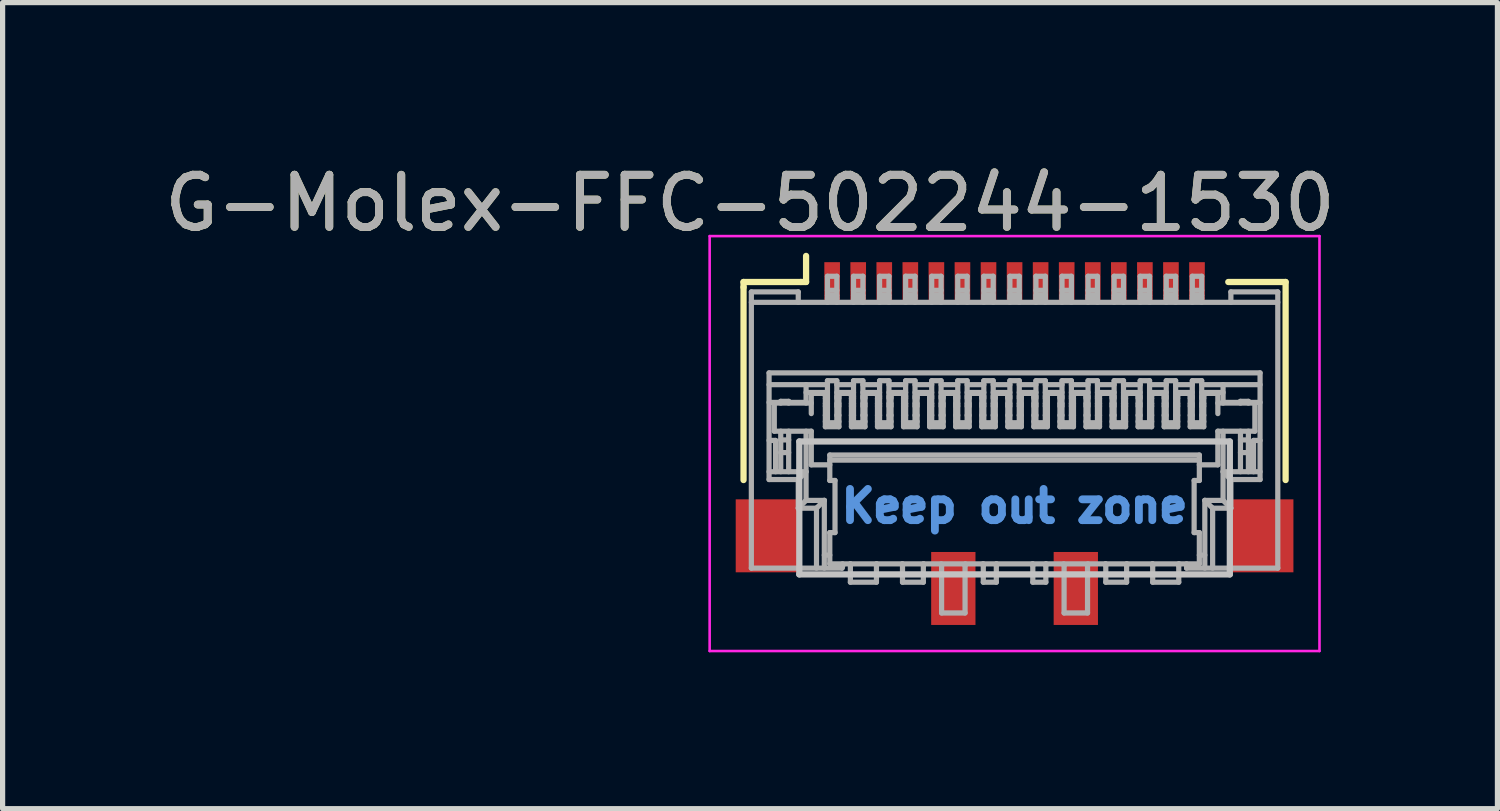
<source format=kicad_pcb>
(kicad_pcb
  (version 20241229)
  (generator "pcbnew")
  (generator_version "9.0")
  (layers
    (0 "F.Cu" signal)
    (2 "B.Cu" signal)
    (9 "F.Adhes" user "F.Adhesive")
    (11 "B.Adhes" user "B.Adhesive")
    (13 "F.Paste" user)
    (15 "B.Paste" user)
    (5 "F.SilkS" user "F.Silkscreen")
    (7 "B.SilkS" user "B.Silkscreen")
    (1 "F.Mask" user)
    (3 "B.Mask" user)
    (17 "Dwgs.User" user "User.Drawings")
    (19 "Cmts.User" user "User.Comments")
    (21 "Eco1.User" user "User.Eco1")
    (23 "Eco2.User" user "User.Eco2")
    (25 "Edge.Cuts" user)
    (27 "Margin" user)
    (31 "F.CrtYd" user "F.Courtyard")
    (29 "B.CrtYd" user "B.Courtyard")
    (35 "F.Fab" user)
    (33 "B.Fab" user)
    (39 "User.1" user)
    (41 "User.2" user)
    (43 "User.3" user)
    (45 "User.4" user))
  (footprint "G-Molex-FFC-502244-1530"
    (layer "F.Cu")
    (at 16.415 5.46)
    (property "Reference" "G-Molex-FFC-502244-1530" (at -5.076 -4.612 0) (layer "F.SilkS") (effects (font (size 1 1) (thickness 0.15))))
    (attr smd)
    (fp_line (start -5.2 -3.1) (end -4.1 -3.1) (stroke (width 0.12) (type solid)) (layer "F.SilkS"))
    (fp_line (start -5.2 -3) (end -5.2 -3.1) (stroke (width 0.12) (type solid)) (layer "F.SilkS"))
    (fp_line (start -5.2 0.7) (end -5.2 -3) (stroke (width 0.12) (type solid)) (layer "F.SilkS"))
    (fp_line (start -4.1 -3.1) (end -4 -3.1) (stroke (width 0.12) (type solid)) (layer "F.SilkS"))
    (fp_line (start -4 -3.1) (end -4 -3.6) (stroke (width 0.12) (type solid)) (layer "F.SilkS"))
    (fp_line (start 4.1 -3.1) (end 5.2 -3.1) (stroke (width 0.12) (type solid)) (layer "F.SilkS"))
    (fp_line (start 5.2 -3.1) (end 5.2 0.7) (stroke (width 0.12) (type solid)) (layer "F.SilkS"))
    (fp_line (start -4.13 -0.04) (end 4.13 -0.04) (stroke (width 0.12) (type solid)) (layer "Dwgs.User"))
    (fp_line (start -4.13 2.51) (end -4.13 -0.04) (stroke (width 0.12) (type solid)) (layer "Dwgs.User"))
    (fp_line (start 4.13 -0.04) (end 4.13 2.51) (stroke (width 0.12) (type solid)) (layer "Dwgs.User"))
    (fp_line (start 4.13 2.51) (end -4.13 2.51) (stroke (width 0.12) (type solid)) (layer "Dwgs.User"))
    (fp_line (start -5.85 -3.98) (end 5.85 -3.98) (stroke (width 0.05) (type solid)) (layer "F.CrtYd"))
    (fp_line (start -5.85 3.98) (end -5.85 -3.98) (stroke (width 0.05) (type solid)) (layer "F.CrtYd"))
    (fp_line (start 5.85 -3.98) (end 5.85 3.98) (stroke (width 0.05) (type solid)) (layer "F.CrtYd"))
    (fp_line (start 5.85 3.98) (end -5.85 3.98) (stroke (width 0.05) (type solid)) (layer "F.CrtYd"))
    (fp_line (start -5.05 -2.91) (end -5.05 2.39) (stroke (width 0.1) (type solid)) (layer "F.Fab"))
    (fp_line (start -5.05 2.39) (end -3.31 2.39) (stroke (width 0.1) (type solid)) (layer "F.Fab"))
    (fp_line (start -4.71 -1.356) (end 4.71 -1.356) (stroke (width 0.1) (type solid)) (layer "F.Fab"))
    (fp_line (start -4.71 0.54) (end -4 0.54) (stroke (width 0.1) (type solid)) (layer "F.Fab"))
    (fp_line (start -4.71 0.69) (end -4.71 -1.356) (stroke (width 0.1) (type solid)) (layer "F.Fab"))
    (fp_line (start -4.61 -0.777) (end -4.61 -0.237) (stroke (width 0.1) (type solid)) (layer "F.Fab"))
    (fp_line (start -4.61 -0.237) (end -3.9 -0.237) (stroke (width 0.1) (type solid)) (layer "F.Fab"))
    (fp_line (start -4.585 -0.06) (end -4.71 -0.06) (stroke (width 0.1) (type solid)) (layer "F.Fab"))
    (fp_line (start -4.585 0.54) (end -4.585 -0.06) (stroke (width 0.1) (type solid)) (layer "F.Fab"))
    (fp_line (start -4.486 -0.81) (end -4.486 -0.777) (stroke (width 0.1) (type solid)) (layer "F.Fab"))
    (fp_line (start -4.486 -0.79) (end -4.71 -0.79) (stroke (width 0.1) (type solid)) (layer "F.Fab"))
    (fp_line (start -4.486 -0.237) (end -4.486 0.54) (stroke (width 0.1) (type solid)) (layer "F.Fab"))
    (fp_line (start -4.334 -0.81) (end -4.486 -0.81) (stroke (width 0.1) (type solid)) (layer "F.Fab"))
    (fp_line (start -4.334 -0.777) (end -4.334 -0.81) (stroke (width 0.1) (type solid)) (layer "F.Fab"))
    (fp_line (start -4.334 -0.07) (end -4.486 -0.07) (stroke (width 0.1) (type solid)) (layer "F.Fab"))
    (fp_line (start -4.334 0.173) (end -4.486 0.173) (stroke (width 0.1) (type solid)) (layer "F.Fab"))
    (fp_line (start -4.334 0.54) (end -4.334 -0.237) (stroke (width 0.1) (type solid)) (layer "F.Fab"))
    (fp_line (start -4.15 -2.91) (end -5.05 -2.91) (stroke (width 0.1) (type solid)) (layer "F.Fab"))
    (fp_line (start -4.15 -2.71) (end -4.15 -2.91) (stroke (width 0.1) (type solid)) (layer "F.Fab"))
    (fp_line (start -4.15 0.69) (end -4.71 0.69) (stroke (width 0.1) (type solid)) (layer "F.Fab"))
    (fp_line (start -4.15 1.24) (end -4.15 0.69) (stroke (width 0.1) (type solid)) (layer "F.Fab"))
    (fp_line (start -4.15 1.24) (end -4 1.09) (stroke (width 0.1) (type solid)) (layer "F.Fab"))
    (fp_line (start -4 -1.13) (end -4 -0.777) (stroke (width 0.1) (type solid)) (layer "F.Fab"))
    (fp_line (start -4 -0.79) (end -4.334 -0.79) (stroke (width 0.1) (type solid)) (layer "F.Fab"))
    (fp_line (start -4 -0.237) (end -4 1.09) (stroke (width 0.1) (type solid)) (layer "F.Fab"))
    (fp_line (start -4 0.54) (end -4.15 0.69) (stroke (width 0.1) (type solid)) (layer "F.Fab"))
    (fp_line (start -3.9 -0.962) (end -3.9 -0.575) (stroke (width 0.1) (type solid)) (layer "F.Fab"))
    (fp_line (start -3.9 -0.777) (end -4.61 -0.777) (stroke (width 0.1) (type solid)) (layer "F.Fab"))
    (fp_line (start -3.9 -0.237) (end -3.9 0.408) (stroke (width 0.1) (type solid)) (layer "F.Fab"))
    (fp_line (start -3.9 0.408) (end -3.545 0.408) (stroke (width 0.1) (type solid)) (layer "F.Fab"))
    (fp_line (start -3.8 1.24) (end -4.15 1.24) (stroke (width 0.1) (type solid)) (layer "F.Fab"))
    (fp_line (start -3.8 1.24) (end -3.65 1.09) (stroke (width 0.1) (type solid)) (layer "F.Fab"))
    (fp_line (start -3.8 2.39) (end -3.8 1.24) (stroke (width 0.1) (type solid)) (layer "F.Fab"))
    (fp_line (start -3.65 1.09) (end -4 1.09) (stroke (width 0.1) (type solid)) (layer "F.Fab"))
    (fp_line (start -3.65 2.14) (end -3.545 2.14) (stroke (width 0.1) (type solid)) (layer "F.Fab"))
    (fp_line (start -3.65 2.39) (end -3.65 1.09) (stroke (width 0.1) (type solid)) (layer "F.Fab"))
    (fp_line (start -3.63 -0.962) (end -3.9 -0.962) (stroke (width 0.1) (type solid)) (layer "F.Fab"))
    (fp_line (start -3.63 -0.962) (end -3.63 -0.909) (stroke (width 0.1) (type solid)) (layer "F.Fab"))
    (fp_line (start -3.63 -0.872) (end -3.63 -0.323) (stroke (width 0.1) (type solid)) (layer "F.Fab"))
    (fp_line (start -3.63 -0.872) (end -3.59 -0.872) (stroke (width 0.1) (type solid)) (layer "F.Fab"))
    (fp_line (start -3.63 -0.766) (end -3.59 -0.766) (stroke (width 0.1) (type solid)) (layer "F.Fab"))
    (fp_line (start -3.63 -0.542) (end -3.59 -0.542) (stroke (width 0.1) (type solid)) (layer "F.Fab"))
    (fp_line (start -3.59 -3.21) (end -3.59 -2.71) (stroke (width 0.1) (type solid)) (layer "F.Fab"))
    (fp_line (start -3.59 -2.84) (end -3.41 -2.84) (stroke (width 0.1) (type solid)) (layer "F.Fab"))
    (fp_line (start -3.59 -1.206) (end -3.59 -0.4) (stroke (width 0.1) (type solid)) (layer "F.Fab"))
    (fp_line (start -3.59 -1.13) (end -4.71 -1.13) (stroke (width 0.1) (type solid)) (layer "F.Fab"))
    (fp_line (start -3.59 -0.98) (end -4 -0.98) (stroke (width 0.1) (type solid)) (layer "F.Fab"))
    (fp_line (start -3.59 -0.909) (end -3.63 -0.909) (stroke (width 0.1) (type solid)) (layer "F.Fab"))
    (fp_line (start -3.59 -0.719) (end -3.63 -0.719) (stroke (width 0.1) (type solid)) (layer "F.Fab"))
    (fp_line (start -3.59 -0.422) (end -3.63 -0.422) (stroke (width 0.1) (type solid)) (layer "F.Fab"))
    (fp_line (start -3.59 -0.4) (end -3.41 -0.4) (stroke (width 0.1) (type solid)) (layer "F.Fab"))
    (fp_line (start -3.545 0.22) (end -3.545 0.708) (stroke (width 0.1) (type solid)) (layer "F.Fab"))
    (fp_line (start -3.545 0.22) (end 3.545 0.22) (stroke (width 0.1) (type solid)) (layer "F.Fab"))
    (fp_line (start -3.545 0.318) (end 3.545 0.318) (stroke (width 0.1) (type solid)) (layer "F.Fab"))
    (fp_line (start -3.545 0.708) (end -3.445 0.708) (stroke (width 0.1) (type solid)) (layer "F.Fab"))
    (fp_line (start -3.545 1.708) (end -3.545 2.308) (stroke (width 0.1) (type solid)) (layer "F.Fab"))
    (fp_line (start -3.545 2.308) (end 3.545 2.308) (stroke (width 0.1) (type solid)) (layer "F.Fab"))
    (fp_line (start -3.445 0.708) (end -3.445 1.708) (stroke (width 0.1) (type solid)) (layer "F.Fab"))
    (fp_line (start -3.445 1.708) (end -3.545 1.708) (stroke (width 0.1) (type solid)) (layer "F.Fab"))
    (fp_line (start -3.41 -3.21) (end -3.59 -3.21) (stroke (width 0.1) (type solid)) (layer "F.Fab"))
    (fp_line (start -3.41 -3.21) (end -3.41 -2.71) (stroke (width 0.1) (type solid)) (layer "F.Fab"))
    (fp_line (start -3.41 -2.94) (end -3.59 -2.94) (stroke (width 0.1) (type solid)) (layer "F.Fab"))
    (fp_line (start -3.41 -2.79) (end -3.59 -2.79) (stroke (width 0.1) (type solid)) (layer "F.Fab"))
    (fp_line (start -3.41 -1.206) (end -3.59 -1.206) (stroke (width 0.1) (type solid)) (layer "F.Fab"))
    (fp_line (start -3.41 -1.13) (end -3.09 -1.13) (stroke (width 0.1) (type solid)) (layer "F.Fab"))
    (fp_line (start -3.41 -0.872) (end -3.37 -0.872) (stroke (width 0.1) (type solid)) (layer "F.Fab"))
    (fp_line (start -3.41 -0.766) (end -3.37 -0.766) (stroke (width 0.1) (type solid)) (layer "F.Fab"))
    (fp_line (start -3.41 -0.542) (end -3.37 -0.542) (stroke (width 0.1) (type solid)) (layer "F.Fab"))
    (fp_line (start -3.41 -0.4) (end -3.41 -1.206) (stroke (width 0.1) (type solid)) (layer "F.Fab"))
    (fp_line (start -3.37 -0.962) (end -3.37 -0.909) (stroke (width 0.1) (type solid)) (layer "F.Fab"))
    (fp_line (start -3.37 -0.909) (end -3.41 -0.909) (stroke (width 0.1) (type solid)) (layer "F.Fab"))
    (fp_line (start -3.37 -0.872) (end -3.37 -0.323) (stroke (width 0.1) (type solid)) (layer "F.Fab"))
    (fp_line (start -3.37 -0.719) (end -3.41 -0.719) (stroke (width 0.1) (type solid)) (layer "F.Fab"))
    (fp_line (start -3.37 -0.422) (end -3.41 -0.422) (stroke (width 0.1) (type solid)) (layer "F.Fab"))
    (fp_line (start -3.37 -0.323) (end -3.63 -0.323) (stroke (width 0.1) (type solid)) (layer "F.Fab"))
    (fp_line (start -3.3 2.359) (end -3.31 2.39) (stroke (width 0.1) (type solid)) (layer "F.Fab"))
    (fp_line (start -3.3 2.359) (end -3.3 2.308) (stroke (width 0.1) (type solid)) (layer "F.Fab"))
    (fp_line (start -3.15 2.66) (end -3.15 2.308) (stroke (width 0.1) (type solid)) (layer "F.Fab"))
    (fp_line (start -3.15 2.66) (end -2.65 2.66) (stroke (width 0.1) (type solid)) (layer "F.Fab"))
    (fp_line (start -3.13 -0.962) (end -3.37 -0.962) (stroke (width 0.1) (type solid)) (layer "F.Fab"))
    (fp_line (start -3.13 -0.962) (end -3.13 -0.909) (stroke (width 0.1) (type solid)) (layer "F.Fab"))
    (fp_line (start -3.13 -0.872) (end -3.09 -0.872) (stroke (width 0.1) (type solid)) (layer "F.Fab"))
    (fp_line (start -3.13 -0.766) (end -3.09 -0.766) (stroke (width 0.1) (type solid)) (layer "F.Fab"))
    (fp_line (start -3.13 -0.542) (end -3.09 -0.542) (stroke (width 0.1) (type solid)) (layer "F.Fab"))
    (fp_line (start -3.13 -0.323) (end -3.13 -0.872) (stroke (width 0.1) (type solid)) (layer "F.Fab"))
    (fp_line (start -3.09 -3.21) (end -3.09 -2.71) (stroke (width 0.1) (type solid)) (layer "F.Fab"))
    (fp_line (start -3.09 -2.84) (end -2.91 -2.84) (stroke (width 0.1) (type solid)) (layer "F.Fab"))
    (fp_line (start -3.09 -1.206) (end -3.09 -0.4) (stroke (width 0.1) (type solid)) (layer "F.Fab"))
    (fp_line (start -3.09 -0.98) (end -3.41 -0.98) (stroke (width 0.1) (type solid)) (layer "F.Fab"))
    (fp_line (start -3.09 -0.909) (end -3.13 -0.909) (stroke (width 0.1) (type solid)) (layer "F.Fab"))
    (fp_line (start -3.09 -0.719) (end -3.13 -0.719) (stroke (width 0.1) (type solid)) (layer "F.Fab"))
    (fp_line (start -3.09 -0.422) (end -3.13 -0.422) (stroke (width 0.1) (type solid)) (layer "F.Fab"))
    (fp_line (start -3.09 -0.4) (end -2.91 -0.4) (stroke (width 0.1) (type solid)) (layer "F.Fab"))
    (fp_line (start -2.91 -3.21) (end -3.09 -3.21) (stroke (width 0.1) (type solid)) (layer "F.Fab"))
    (fp_line (start -2.91 -3.21) (end -2.91 -2.71) (stroke (width 0.1) (type solid)) (layer "F.Fab"))
    (fp_line (start -2.91 -2.94) (end -3.09 -2.94) (stroke (width 0.1) (type solid)) (layer "F.Fab"))
    (fp_line (start -2.91 -2.79) (end -3.09 -2.79) (stroke (width 0.1) (type solid)) (layer "F.Fab"))
    (fp_line (start -2.91 -1.206) (end -3.09 -1.206) (stroke (width 0.1) (type solid)) (layer "F.Fab"))
    (fp_line (start -2.91 -1.13) (end -2.59 -1.13) (stroke (width 0.1) (type solid)) (layer "F.Fab"))
    (fp_line (start -2.91 -0.872) (end -2.87 -0.872) (stroke (width 0.1) (type solid)) (layer "F.Fab"))
    (fp_line (start -2.91 -0.766) (end -2.87 -0.766) (stroke (width 0.1) (type solid)) (layer "F.Fab"))
    (fp_line (start -2.91 -0.542) (end -2.87 -0.542) (stroke (width 0.1) (type solid)) (layer "F.Fab"))
    (fp_line (start -2.91 -0.4) (end -2.91 -1.206) (stroke (width 0.1) (type solid)) (layer "F.Fab"))
    (fp_line (start -2.87 -0.962) (end -2.87 -0.909) (stroke (width 0.1) (type solid)) (layer "F.Fab"))
    (fp_line (start -2.87 -0.909) (end -2.91 -0.909) (stroke (width 0.1) (type solid)) (layer "F.Fab"))
    (fp_line (start -2.87 -0.872) (end -2.87 -0.323) (stroke (width 0.1) (type solid)) (layer "F.Fab"))
    (fp_line (start -2.87 -0.719) (end -2.91 -0.719) (stroke (width 0.1) (type solid)) (layer "F.Fab"))
    (fp_line (start -2.87 -0.422) (end -2.91 -0.422) (stroke (width 0.1) (type solid)) (layer "F.Fab"))
    (fp_line (start -2.87 -0.323) (end -3.13 -0.323) (stroke (width 0.1) (type solid)) (layer "F.Fab"))
    (fp_line (start -2.65 2.66) (end -2.65 2.308) (stroke (width 0.1) (type solid)) (layer "F.Fab"))
    (fp_line (start -2.63 -0.962) (end -2.87 -0.962) (stroke (width 0.1) (type solid)) (layer "F.Fab"))
    (fp_line (start -2.63 -0.962) (end -2.63 -0.909) (stroke (width 0.1) (type solid)) (layer "F.Fab"))
    (fp_line (start -2.63 -0.872) (end -2.59 -0.872) (stroke (width 0.1) (type solid)) (layer "F.Fab"))
    (fp_line (start -2.63 -0.766) (end -2.59 -0.766) (stroke (width 0.1) (type solid)) (layer "F.Fab"))
    (fp_line (start -2.63 -0.542) (end -2.59 -0.542) (stroke (width 0.1) (type solid)) (layer "F.Fab"))
    (fp_line (start -2.63 -0.323) (end -2.63 -0.872) (stroke (width 0.1) (type solid)) (layer "F.Fab"))
    (fp_line (start -2.59 -3.21) (end -2.59 -2.71) (stroke (width 0.1) (type solid)) (layer "F.Fab"))
    (fp_line (start -2.59 -2.84) (end -2.41 -2.84) (stroke (width 0.1) (type solid)) (layer "F.Fab"))
    (fp_line (start -2.59 -1.206) (end -2.59 -0.4) (stroke (width 0.1) (type solid)) (layer "F.Fab"))
    (fp_line (start -2.59 -0.98) (end -2.91 -0.98) (stroke (width 0.1) (type solid)) (layer "F.Fab"))
    (fp_line (start -2.59 -0.909) (end -2.63 -0.909) (stroke (width 0.1) (type solid)) (layer "F.Fab"))
    (fp_line (start -2.59 -0.719) (end -2.63 -0.719) (stroke (width 0.1) (type solid)) (layer "F.Fab"))
    (fp_line (start -2.59 -0.422) (end -2.63 -0.422) (stroke (width 0.1) (type solid)) (layer "F.Fab"))
    (fp_line (start -2.59 -0.4) (end -2.41 -0.4) (stroke (width 0.1) (type solid)) (layer "F.Fab"))
    (fp_line (start -2.41 -3.21) (end -2.59 -3.21) (stroke (width 0.1) (type solid)) (layer "F.Fab"))
    (fp_line (start -2.41 -3.21) (end -2.41 -2.71) (stroke (width 0.1) (type solid)) (layer "F.Fab"))
    (fp_line (start -2.41 -2.94) (end -2.59 -2.94) (stroke (width 0.1) (type solid)) (layer "F.Fab"))
    (fp_line (start -2.41 -2.79) (end -2.59 -2.79) (stroke (width 0.1) (type solid)) (layer "F.Fab"))
    (fp_line (start -2.41 -1.206) (end -2.59 -1.206) (stroke (width 0.1) (type solid)) (layer "F.Fab"))
    (fp_line (start -2.41 -1.13) (end -2.09 -1.13) (stroke (width 0.1) (type solid)) (layer "F.Fab"))
    (fp_line (start -2.41 -0.872) (end -2.37 -0.872) (stroke (width 0.1) (type solid)) (layer "F.Fab"))
    (fp_line (start -2.41 -0.766) (end -2.37 -0.766) (stroke (width 0.1) (type solid)) (layer "F.Fab"))
    (fp_line (start -2.41 -0.542) (end -2.37 -0.542) (stroke (width 0.1) (type solid)) (layer "F.Fab"))
    (fp_line (start -2.41 -0.4) (end -2.41 -1.206) (stroke (width 0.1) (type solid)) (layer "F.Fab"))
    (fp_line (start -2.37 -0.962) (end -2.37 -0.909) (stroke (width 0.1) (type solid)) (layer "F.Fab"))
    (fp_line (start -2.37 -0.909) (end -2.41 -0.909) (stroke (width 0.1) (type solid)) (layer "F.Fab"))
    (fp_line (start -2.37 -0.872) (end -2.37 -0.323) (stroke (width 0.1) (type solid)) (layer "F.Fab"))
    (fp_line (start -2.37 -0.719) (end -2.41 -0.719) (stroke (width 0.1) (type solid)) (layer "F.Fab"))
    (fp_line (start -2.37 -0.422) (end -2.41 -0.422) (stroke (width 0.1) (type solid)) (layer "F.Fab"))
    (fp_line (start -2.37 -0.323) (end -2.63 -0.323) (stroke (width 0.1) (type solid)) (layer "F.Fab"))
    (fp_line (start -2.15 2.66) (end -2.15 2.308) (stroke (width 0.1) (type solid)) (layer "F.Fab"))
    (fp_line (start -2.15 2.66) (end -1.75 2.66) (stroke (width 0.1) (type solid)) (layer "F.Fab"))
    (fp_line (start -2.13 -0.962) (end -2.37 -0.962) (stroke (width 0.1) (type solid)) (layer "F.Fab"))
    (fp_line (start -2.13 -0.962) (end -2.13 -0.909) (stroke (width 0.1) (type solid)) (layer "F.Fab"))
    (fp_line (start -2.13 -0.872) (end -2.09 -0.872) (stroke (width 0.1) (type solid)) (layer "F.Fab"))
    (fp_line (start -2.13 -0.766) (end -2.09 -0.766) (stroke (width 0.1) (type solid)) (layer "F.Fab"))
    (fp_line (start -2.13 -0.542) (end -2.09 -0.542) (stroke (width 0.1) (type solid)) (layer "F.Fab"))
    (fp_line (start -2.13 -0.323) (end -2.13 -0.872) (stroke (width 0.1) (type solid)) (layer "F.Fab"))
    (fp_line (start -2.09 -3.21) (end -2.09 -2.71) (stroke (width 0.1) (type solid)) (layer "F.Fab"))
    (fp_line (start -2.09 -2.84) (end -1.91 -2.84) (stroke (width 0.1) (type solid)) (layer "F.Fab"))
    (fp_line (start -2.09 -1.206) (end -2.09 -0.4) (stroke (width 0.1) (type solid)) (layer "F.Fab"))
    (fp_line (start -2.09 -0.98) (end -2.41 -0.98) (stroke (width 0.1) (type solid)) (layer "F.Fab"))
    (fp_line (start -2.09 -0.909) (end -2.13 -0.909) (stroke (width 0.1) (type solid)) (layer "F.Fab"))
    (fp_line (start -2.09 -0.719) (end -2.13 -0.719) (stroke (width 0.1) (type solid)) (layer "F.Fab"))
    (fp_line (start -2.09 -0.422) (end -2.13 -0.422) (stroke (width 0.1) (type solid)) (layer "F.Fab"))
    (fp_line (start -2.09 -0.4) (end -1.91 -0.4) (stroke (width 0.1) (type solid)) (layer "F.Fab"))
    (fp_line (start -1.91 -3.21) (end -2.09 -3.21) (stroke (width 0.1) (type solid)) (layer "F.Fab"))
    (fp_line (start -1.91 -3.21) (end -1.91 -2.71) (stroke (width 0.1) (type solid)) (layer "F.Fab"))
    (fp_line (start -1.91 -2.94) (end -2.09 -2.94) (stroke (width 0.1) (type solid)) (layer "F.Fab"))
    (fp_line (start -1.91 -2.79) (end -2.09 -2.79) (stroke (width 0.1) (type solid)) (layer "F.Fab"))
    (fp_line (start -1.91 -1.206) (end -2.09 -1.206) (stroke (width 0.1) (type solid)) (layer "F.Fab"))
    (fp_line (start -1.91 -1.13) (end -1.59 -1.13) (stroke (width 0.1) (type solid)) (layer "F.Fab"))
    (fp_line (start -1.91 -0.872) (end -1.87 -0.872) (stroke (width 0.1) (type solid)) (layer "F.Fab"))
    (fp_line (start -1.91 -0.766) (end -1.87 -0.766) (stroke (width 0.1) (type solid)) (layer "F.Fab"))
    (fp_line (start -1.91 -0.542) (end -1.87 -0.542) (stroke (width 0.1) (type solid)) (layer "F.Fab"))
    (fp_line (start -1.91 -0.4) (end -1.91 -1.206) (stroke (width 0.1) (type solid)) (layer "F.Fab"))
    (fp_line (start -1.87 -0.962) (end -1.87 -0.909) (stroke (width 0.1) (type solid)) (layer "F.Fab"))
    (fp_line (start -1.87 -0.909) (end -1.91 -0.909) (stroke (width 0.1) (type solid)) (layer "F.Fab"))
    (fp_line (start -1.87 -0.872) (end -1.87 -0.323) (stroke (width 0.1) (type solid)) (layer "F.Fab"))
    (fp_line (start -1.87 -0.719) (end -1.91 -0.719) (stroke (width 0.1) (type solid)) (layer "F.Fab"))
    (fp_line (start -1.87 -0.422) (end -1.91 -0.422) (stroke (width 0.1) (type solid)) (layer "F.Fab"))
    (fp_line (start -1.87 -0.323) (end -2.13 -0.323) (stroke (width 0.1) (type solid)) (layer "F.Fab"))
    (fp_line (start -1.75 2.66) (end -1.75 2.308) (stroke (width 0.1) (type solid)) (layer "F.Fab"))
    (fp_line (start -1.63 -0.962) (end -1.87 -0.962) (stroke (width 0.1) (type solid)) (layer "F.Fab"))
    (fp_line (start -1.63 -0.962) (end -1.63 -0.909) (stroke (width 0.1) (type solid)) (layer "F.Fab"))
    (fp_line (start -1.63 -0.872) (end -1.59 -0.872) (stroke (width 0.1) (type solid)) (layer "F.Fab"))
    (fp_line (start -1.63 -0.766) (end -1.59 -0.766) (stroke (width 0.1) (type solid)) (layer "F.Fab"))
    (fp_line (start -1.63 -0.542) (end -1.59 -0.542) (stroke (width 0.1) (type solid)) (layer "F.Fab"))
    (fp_line (start -1.63 -0.323) (end -1.63 -0.872) (stroke (width 0.1) (type solid)) (layer "F.Fab"))
    (fp_line (start -1.59 -3.21) (end -1.59 -2.71) (stroke (width 0.1) (type solid)) (layer "F.Fab"))
    (fp_line (start -1.59 -2.84) (end -1.41 -2.84) (stroke (width 0.1) (type solid)) (layer "F.Fab"))
    (fp_line (start -1.59 -1.206) (end -1.59 -0.4) (stroke (width 0.1) (type solid)) (layer "F.Fab"))
    (fp_line (start -1.59 -0.98) (end -1.91 -0.98) (stroke (width 0.1) (type solid)) (layer "F.Fab"))
    (fp_line (start -1.59 -0.909) (end -1.63 -0.909) (stroke (width 0.1) (type solid)) (layer "F.Fab"))
    (fp_line (start -1.59 -0.719) (end -1.63 -0.719) (stroke (width 0.1) (type solid)) (layer "F.Fab"))
    (fp_line (start -1.59 -0.422) (end -1.63 -0.422) (stroke (width 0.1) (type solid)) (layer "F.Fab"))
    (fp_line (start -1.59 -0.4) (end -1.41 -0.4) (stroke (width 0.1) (type solid)) (layer "F.Fab"))
    (fp_line (start -1.41 -3.21) (end -1.59 -3.21) (stroke (width 0.1) (type solid)) (layer "F.Fab"))
    (fp_line (start -1.41 -3.21) (end -1.41 -2.71) (stroke (width 0.1) (type solid)) (layer "F.Fab"))
    (fp_line (start -1.41 -2.94) (end -1.59 -2.94) (stroke (width 0.1) (type solid)) (layer "F.Fab"))
    (fp_line (start -1.41 -2.79) (end -1.59 -2.79) (stroke (width 0.1) (type solid)) (layer "F.Fab"))
    (fp_line (start -1.41 -1.206) (end -1.59 -1.206) (stroke (width 0.1) (type solid)) (layer "F.Fab"))
    (fp_line (start -1.41 -1.13) (end -1.09 -1.13) (stroke (width 0.1) (type solid)) (layer "F.Fab"))
    (fp_line (start -1.41 -0.872) (end -1.37 -0.872) (stroke (width 0.1) (type solid)) (layer "F.Fab"))
    (fp_line (start -1.41 -0.766) (end -1.37 -0.766) (stroke (width 0.1) (type solid)) (layer "F.Fab"))
    (fp_line (start -1.41 -0.542) (end -1.37 -0.542) (stroke (width 0.1) (type solid)) (layer "F.Fab"))
    (fp_line (start -1.41 -0.4) (end -1.41 -1.206) (stroke (width 0.1) (type solid)) (layer "F.Fab"))
    (fp_line (start -1.4 3.25) (end -1.4 2.34) (stroke (width 0.1) (type solid)) (layer "F.Fab"))
    (fp_line (start -1.4 3.25) (end -0.95 3.25) (stroke (width 0.1) (type solid)) (layer "F.Fab"))
    (fp_line (start -1.37 -0.962) (end -1.37 -0.909) (stroke (width 0.1) (type solid)) (layer "F.Fab"))
    (fp_line (start -1.37 -0.909) (end -1.41 -0.909) (stroke (width 0.1) (type solid)) (layer "F.Fab"))
    (fp_line (start -1.37 -0.872) (end -1.37 -0.323) (stroke (width 0.1) (type solid)) (layer "F.Fab"))
    (fp_line (start -1.37 -0.719) (end -1.41 -0.719) (stroke (width 0.1) (type solid)) (layer "F.Fab"))
    (fp_line (start -1.37 -0.422) (end -1.41 -0.422) (stroke (width 0.1) (type solid)) (layer "F.Fab"))
    (fp_line (start -1.37 -0.323) (end -1.63 -0.323) (stroke (width 0.1) (type solid)) (layer "F.Fab"))
    (fp_line (start -1.13 -0.962) (end -1.37 -0.962) (stroke (width 0.1) (type solid)) (layer "F.Fab"))
    (fp_line (start -1.13 -0.962) (end -1.13 -0.909) (stroke (width 0.1) (type solid)) (layer "F.Fab"))
    (fp_line (start -1.13 -0.872) (end -1.09 -0.872) (stroke (width 0.1) (type solid)) (layer "F.Fab"))
    (fp_line (start -1.13 -0.766) (end -1.09 -0.766) (stroke (width 0.1) (type solid)) (layer "F.Fab"))
    (fp_line (start -1.13 -0.542) (end -1.09 -0.542) (stroke (width 0.1) (type solid)) (layer "F.Fab"))
    (fp_line (start -1.13 -0.323) (end -1.13 -0.872) (stroke (width 0.1) (type solid)) (layer "F.Fab"))
    (fp_line (start -1.09 -3.21) (end -1.09 -2.71) (stroke (width 0.1) (type solid)) (layer "F.Fab"))
    (fp_line (start -1.09 -2.84) (end -0.91 -2.84) (stroke (width 0.1) (type solid)) (layer "F.Fab"))
    (fp_line (start -1.09 -1.206) (end -1.09 -0.4) (stroke (width 0.1) (type solid)) (layer "F.Fab"))
    (fp_line (start -1.09 -0.98) (end -1.41 -0.98) (stroke (width 0.1) (type solid)) (layer "F.Fab"))
    (fp_line (start -1.09 -0.909) (end -1.13 -0.909) (stroke (width 0.1) (type solid)) (layer "F.Fab"))
    (fp_line (start -1.09 -0.719) (end -1.13 -0.719) (stroke (width 0.1) (type solid)) (layer "F.Fab"))
    (fp_line (start -1.09 -0.422) (end -1.13 -0.422) (stroke (width 0.1) (type solid)) (layer "F.Fab"))
    (fp_line (start -1.09 -0.4) (end -0.91 -0.4) (stroke (width 0.1) (type solid)) (layer "F.Fab"))
    (fp_line (start -0.95 2.34) (end -0.95 3.25) (stroke (width 0.1) (type solid)) (layer "F.Fab"))
    (fp_line (start -0.91 -3.21) (end -1.09 -3.21) (stroke (width 0.1) (type solid)) (layer "F.Fab"))
    (fp_line (start -0.91 -3.21) (end -0.91 -2.71) (stroke (width 0.1) (type solid)) (layer "F.Fab"))
    (fp_line (start -0.91 -2.94) (end -1.09 -2.94) (stroke (width 0.1) (type solid)) (layer "F.Fab"))
    (fp_line (start -0.91 -2.79) (end -1.09 -2.79) (stroke (width 0.1) (type solid)) (layer "F.Fab"))
    (fp_line (start -0.91 -1.206) (end -1.09 -1.206) (stroke (width 0.1) (type solid)) (layer "F.Fab"))
    (fp_line (start -0.91 -1.13) (end -0.59 -1.13) (stroke (width 0.1) (type solid)) (layer "F.Fab"))
    (fp_line (start -0.91 -0.872) (end -0.87 -0.872) (stroke (width 0.1) (type solid)) (layer "F.Fab"))
    (fp_line (start -0.91 -0.766) (end -0.87 -0.766) (stroke (width 0.1) (type solid)) (layer "F.Fab"))
    (fp_line (start -0.91 -0.542) (end -0.87 -0.542) (stroke (width 0.1) (type solid)) (layer "F.Fab"))
    (fp_line (start -0.91 -0.4) (end -0.91 -1.206) (stroke (width 0.1) (type solid)) (layer "F.Fab"))
    (fp_line (start -0.87 -0.962) (end -0.87 -0.909) (stroke (width 0.1) (type solid)) (layer "F.Fab"))
    (fp_line (start -0.87 -0.909) (end -0.91 -0.909) (stroke (width 0.1) (type solid)) (layer "F.Fab"))
    (fp_line (start -0.87 -0.872) (end -0.87 -0.323) (stroke (width 0.1) (type solid)) (layer "F.Fab"))
    (fp_line (start -0.87 -0.719) (end -0.91 -0.719) (stroke (width 0.1) (type solid)) (layer "F.Fab"))
    (fp_line (start -0.87 -0.422) (end -0.91 -0.422) (stroke (width 0.1) (type solid)) (layer "F.Fab"))
    (fp_line (start -0.87 -0.323) (end -1.13 -0.323) (stroke (width 0.1) (type solid)) (layer "F.Fab"))
    (fp_line (start -0.63 -0.962) (end -0.87 -0.962) (stroke (width 0.1) (type solid)) (layer "F.Fab"))
    (fp_line (start -0.63 -0.962) (end -0.63 -0.909) (stroke (width 0.1) (type solid)) (layer "F.Fab"))
    (fp_line (start -0.63 -0.872) (end -0.59 -0.872) (stroke (width 0.1) (type solid)) (layer "F.Fab"))
    (fp_line (start -0.63 -0.766) (end -0.59 -0.766) (stroke (width 0.1) (type solid)) (layer "F.Fab"))
    (fp_line (start -0.63 -0.542) (end -0.59 -0.542) (stroke (width 0.1) (type solid)) (layer "F.Fab"))
    (fp_line (start -0.63 -0.323) (end -0.63 -0.872) (stroke (width 0.1) (type solid)) (layer "F.Fab"))
    (fp_line (start -0.6 2.66) (end -0.6 2.308) (stroke (width 0.1) (type solid)) (layer "F.Fab"))
    (fp_line (start -0.6 2.66) (end -0.35 2.66) (stroke (width 0.1) (type solid)) (layer "F.Fab"))
    (fp_line (start -0.59 -3.21) (end -0.59 -2.71) (stroke (width 0.1) (type solid)) (layer "F.Fab"))
    (fp_line (start -0.59 -2.84) (end -0.41 -2.84) (stroke (width 0.1) (type solid)) (layer "F.Fab"))
    (fp_line (start -0.59 -1.206) (end -0.59 -0.4) (stroke (width 0.1) (type solid)) (layer "F.Fab"))
    (fp_line (start -0.59 -0.98) (end -0.91 -0.98) (stroke (width 0.1) (type solid)) (layer "F.Fab"))
    (fp_line (start -0.59 -0.909) (end -0.63 -0.909) (stroke (width 0.1) (type solid)) (layer "F.Fab"))
    (fp_line (start -0.59 -0.719) (end -0.63 -0.719) (stroke (width 0.1) (type solid)) (layer "F.Fab"))
    (fp_line (start -0.59 -0.422) (end -0.63 -0.422) (stroke (width 0.1) (type solid)) (layer "F.Fab"))
    (fp_line (start -0.59 -0.4) (end -0.41 -0.4) (stroke (width 0.1) (type solid)) (layer "F.Fab"))
    (fp_line (start -0.41 -3.21) (end -0.59 -3.21) (stroke (width 0.1) (type solid)) (layer "F.Fab"))
    (fp_line (start -0.41 -3.21) (end -0.41 -2.71) (stroke (width 0.1) (type solid)) (layer "F.Fab"))
    (fp_line (start -0.41 -2.94) (end -0.59 -2.94) (stroke (width 0.1) (type solid)) (layer "F.Fab"))
    (fp_line (start -0.41 -2.79) (end -0.59 -2.79) (stroke (width 0.1) (type solid)) (layer "F.Fab"))
    (fp_line (start -0.41 -1.206) (end -0.59 -1.206) (stroke (width 0.1) (type solid)) (layer "F.Fab"))
    (fp_line (start -0.41 -1.13) (end -0.09 -1.13) (stroke (width 0.1) (type solid)) (layer "F.Fab"))
    (fp_line (start -0.41 -0.872) (end -0.37 -0.872) (stroke (width 0.1) (type solid)) (layer "F.Fab"))
    (fp_line (start -0.41 -0.766) (end -0.37 -0.766) (stroke (width 0.1) (type solid)) (layer "F.Fab"))
    (fp_line (start -0.41 -0.542) (end -0.37 -0.542) (stroke (width 0.1) (type solid)) (layer "F.Fab"))
    (fp_line (start -0.41 -0.4) (end -0.41 -1.206) (stroke (width 0.1) (type solid)) (layer "F.Fab"))
    (fp_line (start -0.37 -0.962) (end -0.37 -0.909) (stroke (width 0.1) (type solid)) (layer "F.Fab"))
    (fp_line (start -0.37 -0.909) (end -0.41 -0.909) (stroke (width 0.1) (type solid)) (layer "F.Fab"))
    (fp_line (start -0.37 -0.872) (end -0.37 -0.323) (stroke (width 0.1) (type solid)) (layer "F.Fab"))
    (fp_line (start -0.37 -0.719) (end -0.41 -0.719) (stroke (width 0.1) (type solid)) (layer "F.Fab"))
    (fp_line (start -0.37 -0.422) (end -0.41 -0.422) (stroke (width 0.1) (type solid)) (layer "F.Fab"))
    (fp_line (start -0.37 -0.323) (end -0.63 -0.323) (stroke (width 0.1) (type solid)) (layer "F.Fab"))
    (fp_line (start -0.35 2.66) (end -0.35 2.308) (stroke (width 0.1) (type solid)) (layer "F.Fab"))
    (fp_line (start -0.13 -0.962) (end -0.37 -0.962) (stroke (width 0.1) (type solid)) (layer "F.Fab"))
    (fp_line (start -0.13 -0.962) (end -0.13 -0.909) (stroke (width 0.1) (type solid)) (layer "F.Fab"))
    (fp_line (start -0.13 -0.872) (end -0.09 -0.872) (stroke (width 0.1) (type solid)) (layer "F.Fab"))
    (fp_line (start -0.13 -0.766) (end -0.09 -0.766) (stroke (width 0.1) (type solid)) (layer "F.Fab"))
    (fp_line (start -0.13 -0.542) (end -0.09 -0.542) (stroke (width 0.1) (type solid)) (layer "F.Fab"))
    (fp_line (start -0.13 -0.323) (end -0.13 -0.872) (stroke (width 0.1) (type solid)) (layer "F.Fab"))
    (fp_line (start -0.09 -3.21) (end -0.09 -2.71) (stroke (width 0.1) (type solid)) (layer "F.Fab"))
    (fp_line (start -0.09 -2.84) (end 0.09 -2.84) (stroke (width 0.1) (type solid)) (layer "F.Fab"))
    (fp_line (start -0.09 -1.206) (end -0.09 -0.4) (stroke (width 0.1) (type solid)) (layer "F.Fab"))
    (fp_line (start -0.09 -0.98) (end -0.41 -0.98) (stroke (width 0.1) (type solid)) (layer "F.Fab"))
    (fp_line (start -0.09 -0.909) (end -0.13 -0.909) (stroke (width 0.1) (type solid)) (layer "F.Fab"))
    (fp_line (start -0.09 -0.719) (end -0.13 -0.719) (stroke (width 0.1) (type solid)) (layer "F.Fab"))
    (fp_line (start -0.09 -0.422) (end -0.13 -0.422) (stroke (width 0.1) (type solid)) (layer "F.Fab"))
    (fp_line (start -0.09 -0.4) (end 0.09 -0.4) (stroke (width 0.1) (type solid)) (layer "F.Fab"))
    (fp_line (start 0.09 -3.21) (end -0.09 -3.21) (stroke (width 0.1) (type solid)) (layer "F.Fab"))
    (fp_line (start 0.09 -3.21) (end 0.09 -2.71) (stroke (width 0.1) (type solid)) (layer "F.Fab"))
    (fp_line (start 0.09 -2.94) (end -0.09 -2.94) (stroke (width 0.1) (type solid)) (layer "F.Fab"))
    (fp_line (start 0.09 -2.79) (end -0.09 -2.79) (stroke (width 0.1) (type solid)) (layer "F.Fab"))
    (fp_line (start 0.09 -1.206) (end -0.09 -1.206) (stroke (width 0.1) (type solid)) (layer "F.Fab"))
    (fp_line (start 0.09 -1.13) (end 0.41 -1.13) (stroke (width 0.1) (type solid)) (layer "F.Fab"))
    (fp_line (start 0.09 -0.872) (end 0.13 -0.872) (stroke (width 0.1) (type solid)) (layer "F.Fab"))
    (fp_line (start 0.09 -0.766) (end 0.13 -0.766) (stroke (width 0.1) (type solid)) (layer "F.Fab"))
    (fp_line (start 0.09 -0.542) (end 0.13 -0.542) (stroke (width 0.1) (type solid)) (layer "F.Fab"))
    (fp_line (start 0.09 -0.4) (end 0.09 -1.206) (stroke (width 0.1) (type solid)) (layer "F.Fab"))
    (fp_line (start 0.13 -0.962) (end 0.13 -0.909) (stroke (width 0.1) (type solid)) (layer "F.Fab"))
    (fp_line (start 0.13 -0.909) (end 0.09 -0.909) (stroke (width 0.1) (type solid)) (layer "F.Fab"))
    (fp_line (start 0.13 -0.872) (end 0.13 -0.323) (stroke (width 0.1) (type solid)) (layer "F.Fab"))
    (fp_line (start 0.13 -0.719) (end 0.09 -0.719) (stroke (width 0.1) (type solid)) (layer "F.Fab"))
    (fp_line (start 0.13 -0.422) (end 0.09 -0.422) (stroke (width 0.1) (type solid)) (layer "F.Fab"))
    (fp_line (start 0.13 -0.323) (end -0.13 -0.323) (stroke (width 0.1) (type solid)) (layer "F.Fab"))
    (fp_line (start 0.35 2.66) (end 0.35 2.308) (stroke (width 0.1) (type solid)) (layer "F.Fab"))
    (fp_line (start 0.35 2.66) (end 0.6 2.66) (stroke (width 0.1) (type solid)) (layer "F.Fab"))
    (fp_line (start 0.37 -0.962) (end 0.13 -0.962) (stroke (width 0.1) (type solid)) (layer "F.Fab"))
    (fp_line (start 0.37 -0.962) (end 0.37 -0.909) (stroke (width 0.1) (type solid)) (layer "F.Fab"))
    (fp_line (start 0.37 -0.872) (end 0.41 -0.872) (stroke (width 0.1) (type solid)) (layer "F.Fab"))
    (fp_line (start 0.37 -0.766) (end 0.41 -0.766) (stroke (width 0.1) (type solid)) (layer "F.Fab"))
    (fp_line (start 0.37 -0.542) (end 0.41 -0.542) (stroke (width 0.1) (type solid)) (layer "F.Fab"))
    (fp_line (start 0.37 -0.323) (end 0.37 -0.872) (stroke (width 0.1) (type solid)) (layer "F.Fab"))
    (fp_line (start 0.41 -3.21) (end 0.41 -2.71) (stroke (width 0.1) (type solid)) (layer "F.Fab"))
    (fp_line (start 0.41 -2.84) (end 0.59 -2.84) (stroke (width 0.1) (type solid)) (layer "F.Fab"))
    (fp_line (start 0.41 -1.206) (end 0.41 -0.4) (stroke (width 0.1) (type solid)) (layer "F.Fab"))
    (fp_line (start 0.41 -0.98) (end 0.09 -0.98) (stroke (width 0.1) (type solid)) (layer "F.Fab"))
    (fp_line (start 0.41 -0.909) (end 0.37 -0.909) (stroke (width 0.1) (type solid)) (layer "F.Fab"))
    (fp_line (start 0.41 -0.719) (end 0.37 -0.719) (stroke (width 0.1) (type solid)) (layer "F.Fab"))
    (fp_line (start 0.41 -0.422) (end 0.37 -0.422) (stroke (width 0.1) (type solid)) (layer "F.Fab"))
    (fp_line (start 0.41 -0.4) (end 0.59 -0.4) (stroke (width 0.1) (type solid)) (layer "F.Fab"))
    (fp_line (start 0.59 -3.21) (end 0.41 -3.21) (stroke (width 0.1) (type solid)) (layer "F.Fab"))
    (fp_line (start 0.59 -3.21) (end 0.59 -2.71) (stroke (width 0.1) (type solid)) (layer "F.Fab"))
    (fp_line (start 0.59 -2.94) (end 0.41 -2.94) (stroke (width 0.1) (type solid)) (layer "F.Fab"))
    (fp_line (start 0.59 -2.79) (end 0.41 -2.79) (stroke (width 0.1) (type solid)) (layer "F.Fab"))
    (fp_line (start 0.59 -1.206) (end 0.41 -1.206) (stroke (width 0.1) (type solid)) (layer "F.Fab"))
    (fp_line (start 0.59 -1.13) (end 0.91 -1.13) (stroke (width 0.1) (type solid)) (layer "F.Fab"))
    (fp_line (start 0.59 -0.872) (end 0.63 -0.872) (stroke (width 0.1) (type solid)) (layer "F.Fab"))
    (fp_line (start 0.59 -0.766) (end 0.63 -0.766) (stroke (width 0.1) (type solid)) (layer "F.Fab"))
    (fp_line (start 0.59 -0.542) (end 0.63 -0.542) (stroke (width 0.1) (type solid)) (layer "F.Fab"))
    (fp_line (start 0.59 -0.4) (end 0.59 -1.206) (stroke (width 0.1) (type solid)) (layer "F.Fab"))
    (fp_line (start 0.6 2.66) (end 0.6 2.308) (stroke (width 0.1) (type solid)) (layer "F.Fab"))
    (fp_line (start 0.63 -0.962) (end 0.63 -0.909) (stroke (width 0.1) (type solid)) (layer "F.Fab"))
    (fp_line (start 0.63 -0.909) (end 0.59 -0.909) (stroke (width 0.1) (type solid)) (layer "F.Fab"))
    (fp_line (start 0.63 -0.872) (end 0.63 -0.323) (stroke (width 0.1) (type solid)) (layer "F.Fab"))
    (fp_line (start 0.63 -0.719) (end 0.59 -0.719) (stroke (width 0.1) (type solid)) (layer "F.Fab"))
    (fp_line (start 0.63 -0.422) (end 0.59 -0.422) (stroke (width 0.1) (type solid)) (layer "F.Fab"))
    (fp_line (start 0.63 -0.323) (end 0.37 -0.323) (stroke (width 0.1) (type solid)) (layer "F.Fab"))
    (fp_line (start 0.87 -0.962) (end 0.63 -0.962) (stroke (width 0.1) (type solid)) (layer "F.Fab"))
    (fp_line (start 0.87 -0.962) (end 0.87 -0.909) (stroke (width 0.1) (type solid)) (layer "F.Fab"))
    (fp_line (start 0.87 -0.872) (end 0.91 -0.872) (stroke (width 0.1) (type solid)) (layer "F.Fab"))
    (fp_line (start 0.87 -0.766) (end 0.91 -0.766) (stroke (width 0.1) (type solid)) (layer "F.Fab"))
    (fp_line (start 0.87 -0.542) (end 0.91 -0.542) (stroke (width 0.1) (type solid)) (layer "F.Fab"))
    (fp_line (start 0.87 -0.323) (end 0.87 -0.872) (stroke (width 0.1) (type solid)) (layer "F.Fab"))
    (fp_line (start 0.91 -3.21) (end 0.91 -2.71) (stroke (width 0.1) (type solid)) (layer "F.Fab"))
    (fp_line (start 0.91 -2.84) (end 1.09 -2.84) (stroke (width 0.1) (type solid)) (layer "F.Fab"))
    (fp_line (start 0.91 -1.206) (end 0.91 -0.4) (stroke (width 0.1) (type solid)) (layer "F.Fab"))
    (fp_line (start 0.91 -0.98) (end 0.59 -0.98) (stroke (width 0.1) (type solid)) (layer "F.Fab"))
    (fp_line (start 0.91 -0.909) (end 0.87 -0.909) (stroke (width 0.1) (type solid)) (layer "F.Fab"))
    (fp_line (start 0.91 -0.719) (end 0.87 -0.719) (stroke (width 0.1) (type solid)) (layer "F.Fab"))
    (fp_line (start 0.91 -0.422) (end 0.87 -0.422) (stroke (width 0.1) (type solid)) (layer "F.Fab"))
    (fp_line (start 0.91 -0.4) (end 1.09 -0.4) (stroke (width 0.1) (type solid)) (layer "F.Fab"))
    (fp_line (start 0.95 3.25) (end 0.95 2.34) (stroke (width 0.1) (type solid)) (layer "F.Fab"))
    (fp_line (start 0.95 3.25) (end 1.4 3.25) (stroke (width 0.1) (type solid)) (layer "F.Fab"))
    (fp_line (start 1.09 -3.21) (end 0.91 -3.21) (stroke (width 0.1) (type solid)) (layer "F.Fab"))
    (fp_line (start 1.09 -3.21) (end 1.09 -2.71) (stroke (width 0.1) (type solid)) (layer "F.Fab"))
    (fp_line (start 1.09 -2.94) (end 0.91 -2.94) (stroke (width 0.1) (type solid)) (layer "F.Fab"))
    (fp_line (start 1.09 -2.79) (end 0.91 -2.79) (stroke (width 0.1) (type solid)) (layer "F.Fab"))
    (fp_line (start 1.09 -1.206) (end 0.91 -1.206) (stroke (width 0.1) (type solid)) (layer "F.Fab"))
    (fp_line (start 1.09 -1.13) (end 1.41 -1.13) (stroke (width 0.1) (type solid)) (layer "F.Fab"))
    (fp_line (start 1.09 -0.872) (end 1.13 -0.872) (stroke (width 0.1) (type solid)) (layer "F.Fab"))
    (fp_line (start 1.09 -0.766) (end 1.13 -0.766) (stroke (width 0.1) (type solid)) (layer "F.Fab"))
    (fp_line (start 1.09 -0.542) (end 1.13 -0.542) (stroke (width 0.1) (type solid)) (layer "F.Fab"))
    (fp_line (start 1.09 -0.4) (end 1.09 -1.206) (stroke (width 0.1) (type solid)) (layer "F.Fab"))
    (fp_line (start 1.13 -0.962) (end 1.13 -0.909) (stroke (width 0.1) (type solid)) (layer "F.Fab"))
    (fp_line (start 1.13 -0.909) (end 1.09 -0.909) (stroke (width 0.1) (type solid)) (layer "F.Fab"))
    (fp_line (start 1.13 -0.872) (end 1.13 -0.323) (stroke (width 0.1) (type solid)) (layer "F.Fab"))
    (fp_line (start 1.13 -0.719) (end 1.09 -0.719) (stroke (width 0.1) (type solid)) (layer "F.Fab"))
    (fp_line (start 1.13 -0.422) (end 1.09 -0.422) (stroke (width 0.1) (type solid)) (layer "F.Fab"))
    (fp_line (start 1.13 -0.323) (end 0.87 -0.323) (stroke (width 0.1) (type solid)) (layer "F.Fab"))
    (fp_line (start 1.37 -0.962) (end 1.13 -0.962) (stroke (width 0.1) (type solid)) (layer "F.Fab"))
    (fp_line (start 1.37 -0.962) (end 1.37 -0.909) (stroke (width 0.1) (type solid)) (layer "F.Fab"))
    (fp_line (start 1.37 -0.872) (end 1.41 -0.872) (stroke (width 0.1) (type solid)) (layer "F.Fab"))
    (fp_line (start 1.37 -0.766) (end 1.41 -0.766) (stroke (width 0.1) (type solid)) (layer "F.Fab"))
    (fp_line (start 1.37 -0.542) (end 1.41 -0.542) (stroke (width 0.1) (type solid)) (layer "F.Fab"))
    (fp_line (start 1.37 -0.323) (end 1.37 -0.872) (stroke (width 0.1) (type solid)) (layer "F.Fab"))
    (fp_line (start 1.4 2.34) (end 1.4 3.25) (stroke (width 0.1) (type solid)) (layer "F.Fab"))
    (fp_line (start 1.41 -3.21) (end 1.41 -2.71) (stroke (width 0.1) (type solid)) (layer "F.Fab"))
    (fp_line (start 1.41 -2.84) (end 1.59 -2.84) (stroke (width 0.1) (type solid)) (layer "F.Fab"))
    (fp_line (start 1.41 -1.206) (end 1.41 -0.4) (stroke (width 0.1) (type solid)) (layer "F.Fab"))
    (fp_line (start 1.41 -0.98) (end 1.09 -0.98) (stroke (width 0.1) (type solid)) (layer "F.Fab"))
    (fp_line (start 1.41 -0.909) (end 1.37 -0.909) (stroke (width 0.1) (type solid)) (layer "F.Fab"))
    (fp_line (start 1.41 -0.719) (end 1.37 -0.719) (stroke (width 0.1) (type solid)) (layer "F.Fab"))
    (fp_line (start 1.41 -0.422) (end 1.37 -0.422) (stroke (width 0.1) (type solid)) (layer "F.Fab"))
    (fp_line (start 1.41 -0.4) (end 1.59 -0.4) (stroke (width 0.1) (type solid)) (layer "F.Fab"))
    (fp_line (start 1.59 -3.21) (end 1.41 -3.21) (stroke (width 0.1) (type solid)) (layer "F.Fab"))
    (fp_line (start 1.59 -3.21) (end 1.59 -2.71) (stroke (width 0.1) (type solid)) (layer "F.Fab"))
    (fp_line (start 1.59 -2.94) (end 1.41 -2.94) (stroke (width 0.1) (type solid)) (layer "F.Fab"))
    (fp_line (start 1.59 -2.79) (end 1.41 -2.79) (stroke (width 0.1) (type solid)) (layer "F.Fab"))
    (fp_line (start 1.59 -1.206) (end 1.41 -1.206) (stroke (width 0.1) (type solid)) (layer "F.Fab"))
    (fp_line (start 1.59 -1.13) (end 1.91 -1.13) (stroke (width 0.1) (type solid)) (layer "F.Fab"))
    (fp_line (start 1.59 -0.872) (end 1.63 -0.872) (stroke (width 0.1) (type solid)) (layer "F.Fab"))
    (fp_line (start 1.59 -0.766) (end 1.63 -0.766) (stroke (width 0.1) (type solid)) (layer "F.Fab"))
    (fp_line (start 1.59 -0.542) (end 1.63 -0.542) (stroke (width 0.1) (type solid)) (layer "F.Fab"))
    (fp_line (start 1.59 -0.4) (end 1.59 -1.206) (stroke (width 0.1) (type solid)) (layer "F.Fab"))
    (fp_line (start 1.63 -0.962) (end 1.63 -0.909) (stroke (width 0.1) (type solid)) (layer "F.Fab"))
    (fp_line (start 1.63 -0.909) (end 1.59 -0.909) (stroke (width 0.1) (type solid)) (layer "F.Fab"))
    (fp_line (start 1.63 -0.872) (end 1.63 -0.323) (stroke (width 0.1) (type solid)) (layer "F.Fab"))
    (fp_line (start 1.63 -0.719) (end 1.59 -0.719) (stroke (width 0.1) (type solid)) (layer "F.Fab"))
    (fp_line (start 1.63 -0.422) (end 1.59 -0.422) (stroke (width 0.1) (type solid)) (layer "F.Fab"))
    (fp_line (start 1.63 -0.323) (end 1.37 -0.323) (stroke (width 0.1) (type solid)) (layer "F.Fab"))
    (fp_line (start 1.75 2.66) (end 1.75 2.308) (stroke (width 0.1) (type solid)) (layer "F.Fab"))
    (fp_line (start 1.75 2.66) (end 2.15 2.66) (stroke (width 0.1) (type solid)) (layer "F.Fab"))
    (fp_line (start 1.87 -0.962) (end 1.63 -0.962) (stroke (width 0.1) (type solid)) (layer "F.Fab"))
    (fp_line (start 1.87 -0.962) (end 1.87 -0.909) (stroke (width 0.1) (type solid)) (layer "F.Fab"))
    (fp_line (start 1.87 -0.872) (end 1.91 -0.872) (stroke (width 0.1) (type solid)) (layer "F.Fab"))
    (fp_line (start 1.87 -0.766) (end 1.91 -0.766) (stroke (width 0.1) (type solid)) (layer "F.Fab"))
    (fp_line (start 1.87 -0.542) (end 1.91 -0.542) (stroke (width 0.1) (type solid)) (layer "F.Fab"))
    (fp_line (start 1.87 -0.323) (end 1.87 -0.872) (stroke (width 0.1) (type solid)) (layer "F.Fab"))
    (fp_line (start 1.91 -3.21) (end 1.91 -2.71) (stroke (width 0.1) (type solid)) (layer "F.Fab"))
    (fp_line (start 1.91 -2.84) (end 2.09 -2.84) (stroke (width 0.1) (type solid)) (layer "F.Fab"))
    (fp_line (start 1.91 -1.206) (end 1.91 -0.4) (stroke (width 0.1) (type solid)) (layer "F.Fab"))
    (fp_line (start 1.91 -0.98) (end 1.59 -0.98) (stroke (width 0.1) (type solid)) (layer "F.Fab"))
    (fp_line (start 1.91 -0.909) (end 1.87 -0.909) (stroke (width 0.1) (type solid)) (layer "F.Fab"))
    (fp_line (start 1.91 -0.719) (end 1.87 -0.719) (stroke (width 0.1) (type solid)) (layer "F.Fab"))
    (fp_line (start 1.91 -0.422) (end 1.87 -0.422) (stroke (width 0.1) (type solid)) (layer "F.Fab"))
    (fp_line (start 1.91 -0.4) (end 2.09 -0.4) (stroke (width 0.1) (type solid)) (layer "F.Fab"))
    (fp_line (start 2.09 -3.21) (end 1.91 -3.21) (stroke (width 0.1) (type solid)) (layer "F.Fab"))
    (fp_line (start 2.09 -3.21) (end 2.09 -2.71) (stroke (width 0.1) (type solid)) (layer "F.Fab"))
    (fp_line (start 2.09 -2.94) (end 1.91 -2.94) (stroke (width 0.1) (type solid)) (layer "F.Fab"))
    (fp_line (start 2.09 -2.79) (end 1.91 -2.79) (stroke (width 0.1) (type solid)) (layer "F.Fab"))
    (fp_line (start 2.09 -1.206) (end 1.91 -1.206) (stroke (width 0.1) (type solid)) (layer "F.Fab"))
    (fp_line (start 2.09 -1.13) (end 2.41 -1.13) (stroke (width 0.1) (type solid)) (layer "F.Fab"))
    (fp_line (start 2.09 -0.872) (end 2.13 -0.872) (stroke (width 0.1) (type solid)) (layer "F.Fab"))
    (fp_line (start 2.09 -0.766) (end 2.13 -0.766) (stroke (width 0.1) (type solid)) (layer "F.Fab"))
    (fp_line (start 2.09 -0.542) (end 2.13 -0.542) (stroke (width 0.1) (type solid)) (layer "F.Fab"))
    (fp_line (start 2.09 -0.4) (end 2.09 -1.206) (stroke (width 0.1) (type solid)) (layer "F.Fab"))
    (fp_line (start 2.13 -0.962) (end 2.13 -0.909) (stroke (width 0.1) (type solid)) (layer "F.Fab"))
    (fp_line (start 2.13 -0.909) (end 2.09 -0.909) (stroke (width 0.1) (type solid)) (layer "F.Fab"))
    (fp_line (start 2.13 -0.872) (end 2.13 -0.323) (stroke (width 0.1) (type solid)) (layer "F.Fab"))
    (fp_line (start 2.13 -0.719) (end 2.09 -0.719) (stroke (width 0.1) (type solid)) (layer "F.Fab"))
    (fp_line (start 2.13 -0.422) (end 2.09 -0.422) (stroke (width 0.1) (type solid)) (layer "F.Fab"))
    (fp_line (start 2.13 -0.323) (end 1.87 -0.323) (stroke (width 0.1) (type solid)) (layer "F.Fab"))
    (fp_line (start 2.15 2.66) (end 2.15 2.308) (stroke (width 0.1) (type solid)) (layer "F.Fab"))
    (fp_line (start 2.37 -0.962) (end 2.13 -0.962) (stroke (width 0.1) (type solid)) (layer "F.Fab"))
    (fp_line (start 2.37 -0.962) (end 2.37 -0.909) (stroke (width 0.1) (type solid)) (layer "F.Fab"))
    (fp_line (start 2.37 -0.872) (end 2.41 -0.872) (stroke (width 0.1) (type solid)) (layer "F.Fab"))
    (fp_line (start 2.37 -0.766) (end 2.41 -0.766) (stroke (width 0.1) (type solid)) (layer "F.Fab"))
    (fp_line (start 2.37 -0.542) (end 2.41 -0.542) (stroke (width 0.1) (type solid)) (layer "F.Fab"))
    (fp_line (start 2.37 -0.323) (end 2.37 -0.872) (stroke (width 0.1) (type solid)) (layer "F.Fab"))
    (fp_line (start 2.41 -3.21) (end 2.41 -2.71) (stroke (width 0.1) (type solid)) (layer "F.Fab"))
    (fp_line (start 2.41 -2.84) (end 2.59 -2.84) (stroke (width 0.1) (type solid)) (layer "F.Fab"))
    (fp_line (start 2.41 -1.206) (end 2.41 -0.4) (stroke (width 0.1) (type solid)) (layer "F.Fab"))
    (fp_line (start 2.41 -0.98) (end 2.09 -0.98) (stroke (width 0.1) (type solid)) (layer "F.Fab"))
    (fp_line (start 2.41 -0.909) (end 2.37 -0.909) (stroke (width 0.1) (type solid)) (layer "F.Fab"))
    (fp_line (start 2.41 -0.719) (end 2.37 -0.719) (stroke (width 0.1) (type solid)) (layer "F.Fab"))
    (fp_line (start 2.41 -0.422) (end 2.37 -0.422) (stroke (width 0.1) (type solid)) (layer "F.Fab"))
    (fp_line (start 2.41 -0.4) (end 2.59 -0.4) (stroke (width 0.1) (type solid)) (layer "F.Fab"))
    (fp_line (start 2.59 -3.21) (end 2.41 -3.21) (stroke (width 0.1) (type solid)) (layer "F.Fab"))
    (fp_line (start 2.59 -3.21) (end 2.59 -2.71) (stroke (width 0.1) (type solid)) (layer "F.Fab"))
    (fp_line (start 2.59 -2.94) (end 2.41 -2.94) (stroke (width 0.1) (type solid)) (layer "F.Fab"))
    (fp_line (start 2.59 -2.79) (end 2.41 -2.79) (stroke (width 0.1) (type solid)) (layer "F.Fab"))
    (fp_line (start 2.59 -1.206) (end 2.41 -1.206) (stroke (width 0.1) (type solid)) (layer "F.Fab"))
    (fp_line (start 2.59 -1.13) (end 2.91 -1.13) (stroke (width 0.1) (type solid)) (layer "F.Fab"))
    (fp_line (start 2.59 -0.872) (end 2.63 -0.872) (stroke (width 0.1) (type solid)) (layer "F.Fab"))
    (fp_line (start 2.59 -0.766) (end 2.63 -0.766) (stroke (width 0.1) (type solid)) (layer "F.Fab"))
    (fp_line (start 2.59 -0.542) (end 2.63 -0.542) (stroke (width 0.1) (type solid)) (layer "F.Fab"))
    (fp_line (start 2.59 -0.4) (end 2.59 -1.206) (stroke (width 0.1) (type solid)) (layer "F.Fab"))
    (fp_line (start 2.63 -0.962) (end 2.63 -0.909) (stroke (width 0.1) (type solid)) (layer "F.Fab"))
    (fp_line (start 2.63 -0.909) (end 2.59 -0.909) (stroke (width 0.1) (type solid)) (layer "F.Fab"))
    (fp_line (start 2.63 -0.872) (end 2.63 -0.323) (stroke (width 0.1) (type solid)) (layer "F.Fab"))
    (fp_line (start 2.63 -0.719) (end 2.59 -0.719) (stroke (width 0.1) (type solid)) (layer "F.Fab"))
    (fp_line (start 2.63 -0.422) (end 2.59 -0.422) (stroke (width 0.1) (type solid)) (layer "F.Fab"))
    (fp_line (start 2.63 -0.323) (end 2.37 -0.323) (stroke (width 0.1) (type solid)) (layer "F.Fab"))
    (fp_line (start 2.65 2.66) (end 2.65 2.308) (stroke (width 0.1) (type solid)) (layer "F.Fab"))
    (fp_line (start 2.65 2.66) (end 3.15 2.66) (stroke (width 0.1) (type solid)) (layer "F.Fab"))
    (fp_line (start 2.87 -0.962) (end 2.63 -0.962) (stroke (width 0.1) (type solid)) (layer "F.Fab"))
    (fp_line (start 2.87 -0.962) (end 2.87 -0.909) (stroke (width 0.1) (type solid)) (layer "F.Fab"))
    (fp_line (start 2.87 -0.872) (end 2.91 -0.872) (stroke (width 0.1) (type solid)) (layer "F.Fab"))
    (fp_line (start 2.87 -0.766) (end 2.91 -0.766) (stroke (width 0.1) (type solid)) (layer "F.Fab"))
    (fp_line (start 2.87 -0.542) (end 2.91 -0.542) (stroke (width 0.1) (type solid)) (layer "F.Fab"))
    (fp_line (start 2.87 -0.323) (end 2.87 -0.872) (stroke (width 0.1) (type solid)) (layer "F.Fab"))
    (fp_line (start 2.91 -3.21) (end 2.91 -2.71) (stroke (width 0.1) (type solid)) (layer "F.Fab"))
    (fp_line (start 2.91 -2.84) (end 3.09 -2.84) (stroke (width 0.1) (type solid)) (layer "F.Fab"))
    (fp_line (start 2.91 -1.206) (end 2.91 -0.4) (stroke (width 0.1) (type solid)) (layer "F.Fab"))
    (fp_line (start 2.91 -0.98) (end 2.59 -0.98) (stroke (width 0.1) (type solid)) (layer "F.Fab"))
    (fp_line (start 2.91 -0.909) (end 2.87 -0.909) (stroke (width 0.1) (type solid)) (layer "F.Fab"))
    (fp_line (start 2.91 -0.719) (end 2.87 -0.719) (stroke (width 0.1) (type solid)) (layer "F.Fab"))
    (fp_line (start 2.91 -0.422) (end 2.87 -0.422) (stroke (width 0.1) (type solid)) (layer "F.Fab"))
    (fp_line (start 2.91 -0.4) (end 3.09 -0.4) (stroke (width 0.1) (type solid)) (layer "F.Fab"))
    (fp_line (start 3.09 -3.21) (end 2.91 -3.21) (stroke (width 0.1) (type solid)) (layer "F.Fab"))
    (fp_line (start 3.09 -3.21) (end 3.09 -2.71) (stroke (width 0.1) (type solid)) (layer "F.Fab"))
    (fp_line (start 3.09 -2.94) (end 2.91 -2.94) (stroke (width 0.1) (type solid)) (layer "F.Fab"))
    (fp_line (start 3.09 -2.79) (end 2.91 -2.79) (stroke (width 0.1) (type solid)) (layer "F.Fab"))
    (fp_line (start 3.09 -1.206) (end 2.91 -1.206) (stroke (width 0.1) (type solid)) (layer "F.Fab"))
    (fp_line (start 3.09 -1.13) (end 3.41 -1.13) (stroke (width 0.1) (type solid)) (layer "F.Fab"))
    (fp_line (start 3.09 -0.872) (end 3.13 -0.872) (stroke (width 0.1) (type solid)) (layer "F.Fab"))
    (fp_line (start 3.09 -0.766) (end 3.13 -0.766) (stroke (width 0.1) (type solid)) (layer "F.Fab"))
    (fp_line (start 3.09 -0.542) (end 3.13 -0.542) (stroke (width 0.1) (type solid)) (layer "F.Fab"))
    (fp_line (start 3.09 -0.4) (end 3.09 -1.206) (stroke (width 0.1) (type solid)) (layer "F.Fab"))
    (fp_line (start 3.13 -0.962) (end 3.13 -0.909) (stroke (width 0.1) (type solid)) (layer "F.Fab"))
    (fp_line (start 3.13 -0.909) (end 3.09 -0.909) (stroke (width 0.1) (type solid)) (layer "F.Fab"))
    (fp_line (start 3.13 -0.872) (end 3.13 -0.323) (stroke (width 0.1) (type solid)) (layer "F.Fab"))
    (fp_line (start 3.13 -0.719) (end 3.09 -0.719) (stroke (width 0.1) (type solid)) (layer "F.Fab"))
    (fp_line (start 3.13 -0.422) (end 3.09 -0.422) (stroke (width 0.1) (type solid)) (layer "F.Fab"))
    (fp_line (start 3.13 -0.323) (end 2.87 -0.323) (stroke (width 0.1) (type solid)) (layer "F.Fab"))
    (fp_line (start 3.15 2.308) (end 3.15 2.66) (stroke (width 0.1) (type solid)) (layer "F.Fab"))
    (fp_line (start 3.3 2.308) (end 3.3 2.39) (stroke (width 0.1) (type solid)) (layer "F.Fab"))
    (fp_line (start 3.3 2.39) (end 5.05 2.39) (stroke (width 0.1) (type solid)) (layer "F.Fab"))
    (fp_line (start 3.37 -0.962) (end 3.13 -0.962) (stroke (width 0.1) (type solid)) (layer "F.Fab"))
    (fp_line (start 3.37 -0.962) (end 3.37 -0.909) (stroke (width 0.1) (type solid)) (layer "F.Fab"))
    (fp_line (start 3.37 -0.872) (end 3.41 -0.872) (stroke (width 0.1) (type solid)) (layer "F.Fab"))
    (fp_line (start 3.37 -0.766) (end 3.41 -0.766) (stroke (width 0.1) (type solid)) (layer "F.Fab"))
    (fp_line (start 3.37 -0.542) (end 3.41 -0.542) (stroke (width 0.1) (type solid)) (layer "F.Fab"))
    (fp_line (start 3.37 -0.323) (end 3.37 -0.872) (stroke (width 0.1) (type solid)) (layer "F.Fab"))
    (fp_line (start 3.41 -3.21) (end 3.41 -2.71) (stroke (width 0.1) (type solid)) (layer "F.Fab"))
    (fp_line (start 3.41 -2.84) (end 3.59 -2.84) (stroke (width 0.1) (type solid)) (layer "F.Fab"))
    (fp_line (start 3.41 -1.206) (end 3.41 -0.4) (stroke (width 0.1) (type solid)) (layer "F.Fab"))
    (fp_line (start 3.41 -0.98) (end 3.09 -0.98) (stroke (width 0.1) (type solid)) (layer "F.Fab"))
    (fp_line (start 3.41 -0.909) (end 3.37 -0.909) (stroke (width 0.1) (type solid)) (layer "F.Fab"))
    (fp_line (start 3.41 -0.719) (end 3.37 -0.719) (stroke (width 0.1) (type solid)) (layer "F.Fab"))
    (fp_line (start 3.41 -0.422) (end 3.37 -0.422) (stroke (width 0.1) (type solid)) (layer "F.Fab"))
    (fp_line (start 3.41 -0.4) (end 3.59 -0.4) (stroke (width 0.1) (type solid)) (layer "F.Fab"))
    (fp_line (start 3.445 0.708) (end 3.545 0.708) (stroke (width 0.1) (type solid)) (layer "F.Fab"))
    (fp_line (start 3.445 1.708) (end 3.445 0.708) (stroke (width 0.1) (type solid)) (layer "F.Fab"))
    (fp_line (start 3.545 0.408) (end 3.9 0.408) (stroke (width 0.1) (type solid)) (layer "F.Fab"))
    (fp_line (start 3.545 0.708) (end 3.545 0.22) (stroke (width 0.1) (type solid)) (layer "F.Fab"))
    (fp_line (start 3.545 1.708) (end 3.445 1.708) (stroke (width 0.1) (type solid)) (layer "F.Fab"))
    (fp_line (start 3.545 2.14) (end 3.65 2.14) (stroke (width 0.1) (type solid)) (layer "F.Fab"))
    (fp_line (start 3.545 2.308) (end 3.545 1.708) (stroke (width 0.1) (type solid)) (layer "F.Fab"))
    (fp_line (start 3.59 -3.21) (end 3.41 -3.21) (stroke (width 0.1) (type solid)) (layer "F.Fab"))
    (fp_line (start 3.59 -3.21) (end 3.59 -2.71) (stroke (width 0.1) (type solid)) (layer "F.Fab"))
    (fp_line (start 3.59 -2.94) (end 3.41 -2.94) (stroke (width 0.1) (type solid)) (layer "F.Fab"))
    (fp_line (start 3.59 -2.79) (end 3.41 -2.79) (stroke (width 0.1) (type solid)) (layer "F.Fab"))
    (fp_line (start 3.59 -1.206) (end 3.41 -1.206) (stroke (width 0.1) (type solid)) (layer "F.Fab"))
    (fp_line (start 3.59 -0.872) (end 3.63 -0.872) (stroke (width 0.1) (type solid)) (layer "F.Fab"))
    (fp_line (start 3.59 -0.766) (end 3.63 -0.766) (stroke (width 0.1) (type solid)) (layer "F.Fab"))
    (fp_line (start 3.59 -0.542) (end 3.63 -0.542) (stroke (width 0.1) (type solid)) (layer "F.Fab"))
    (fp_line (start 3.59 -0.4) (end 3.59 -1.206) (stroke (width 0.1) (type solid)) (layer "F.Fab"))
    (fp_line (start 3.63 -0.962) (end 3.63 -0.909) (stroke (width 0.1) (type solid)) (layer "F.Fab"))
    (fp_line (start 3.63 -0.909) (end 3.59 -0.909) (stroke (width 0.1) (type solid)) (layer "F.Fab"))
    (fp_line (start 3.63 -0.872) (end 3.63 -0.323) (stroke (width 0.1) (type solid)) (layer "F.Fab"))
    (fp_line (start 3.63 -0.719) (end 3.59 -0.719) (stroke (width 0.1) (type solid)) (layer "F.Fab"))
    (fp_line (start 3.63 -0.422) (end 3.59 -0.422) (stroke (width 0.1) (type solid)) (layer "F.Fab"))
    (fp_line (start 3.63 -0.323) (end 3.37 -0.323) (stroke (width 0.1) (type solid)) (layer "F.Fab"))
    (fp_line (start 3.65 1.09) (end 3.65 2.39) (stroke (width 0.1) (type solid)) (layer "F.Fab"))
    (fp_line (start 3.8 1.24) (end 3.65 1.09) (stroke (width 0.1) (type solid)) (layer "F.Fab"))
    (fp_line (start 3.8 1.24) (end 3.8 2.39) (stroke (width 0.1) (type solid)) (layer "F.Fab"))
    (fp_line (start 3.9 -0.962) (end 3.63 -0.962) (stroke (width 0.1) (type solid)) (layer "F.Fab"))
    (fp_line (start 3.9 -0.575) (end 3.9 -0.962) (stroke (width 0.1) (type solid)) (layer "F.Fab"))
    (fp_line (start 3.9 -0.237) (end 4.61 -0.237) (stroke (width 0.1) (type solid)) (layer "F.Fab"))
    (fp_line (start 3.9 0.408) (end 3.9 -0.237) (stroke (width 0.1) (type solid)) (layer "F.Fab"))
    (fp_line (start 4 -1.13) (end 4 -0.777) (stroke (width 0.1) (type solid)) (layer "F.Fab"))
    (fp_line (start 4 -0.98) (end 3.59 -0.98) (stroke (width 0.1) (type solid)) (layer "F.Fab"))
    (fp_line (start 4 -0.237) (end 4 1.09) (stroke (width 0.1) (type solid)) (layer "F.Fab"))
    (fp_line (start 4 0.54) (end 4.71 0.54) (stroke (width 0.1) (type solid)) (layer "F.Fab"))
    (fp_line (start 4 1.09) (end 3.65 1.09) (stroke (width 0.1) (type solid)) (layer "F.Fab"))
    (fp_line (start 4.15 -2.91) (end 4.15 -2.71) (stroke (width 0.1) (type solid)) (layer "F.Fab"))
    (fp_line (start 4.15 0.69) (end 4 0.54) (stroke (width 0.1) (type solid)) (layer "F.Fab"))
    (fp_line (start 4.15 0.69) (end 4.15 1.24) (stroke (width 0.1) (type solid)) (layer "F.Fab"))
    (fp_line (start 4.15 1.24) (end 3.8 1.24) (stroke (width 0.1) (type solid)) (layer "F.Fab"))
    (fp_line (start 4.15 1.24) (end 4 1.09) (stroke (width 0.1) (type solid)) (layer "F.Fab"))
    (fp_line (start 4.334 -0.81) (end 4.334 -0.777) (stroke (width 0.1) (type solid)) (layer "F.Fab"))
    (fp_line (start 4.334 -0.79) (end 4 -0.79) (stroke (width 0.1) (type solid)) (layer "F.Fab"))
    (fp_line (start 4.334 -0.237) (end 4.334 0.54) (stroke (width 0.1) (type solid)) (layer "F.Fab"))
    (fp_line (start 4.486 -0.81) (end 4.334 -0.81) (stroke (width 0.1) (type solid)) (layer "F.Fab"))
    (fp_line (start 4.486 -0.81) (end 4.486 -0.777) (stroke (width 0.1) (type solid)) (layer "F.Fab"))
    (fp_line (start 4.486 -0.79) (end 4.71 -0.79) (stroke (width 0.1) (type solid)) (layer "F.Fab"))
    (fp_line (start 4.486 -0.07) (end 4.334 -0.07) (stroke (width 0.1) (type solid)) (layer "F.Fab"))
    (fp_line (start 4.486 0.173) (end 4.334 0.173) (stroke (width 0.1) (type solid)) (layer "F.Fab"))
    (fp_line (start 4.486 0.54) (end 4.486 -0.237) (stroke (width 0.1) (type solid)) (layer "F.Fab"))
    (fp_line (start 4.585 -0.06) (end 4.585 0.54) (stroke (width 0.1) (type solid)) (layer "F.Fab"))
    (fp_line (start 4.61 -0.777) (end 3.9 -0.777) (stroke (width 0.1) (type solid)) (layer "F.Fab"))
    (fp_line (start 4.61 -0.237) (end 4.61 -0.777) (stroke (width 0.1) (type solid)) (layer "F.Fab"))
    (fp_line (start 4.71 -1.356) (end 4.71 0.69) (stroke (width 0.1) (type solid)) (layer "F.Fab"))
    (fp_line (start 4.71 -1.13) (end 3.59 -1.13) (stroke (width 0.1) (type solid)) (layer "F.Fab"))
    (fp_line (start 4.71 -0.06) (end 4.585 -0.06) (stroke (width 0.1) (type solid)) (layer "F.Fab"))
    (fp_line (start 4.71 0.69) (end 4.15 0.69) (stroke (width 0.1) (type solid)) (layer "F.Fab"))
    (fp_line (start 5.05 -2.91) (end 4.15 -2.91) (stroke (width 0.1) (type solid)) (layer "F.Fab"))
    (fp_line (start 5.05 -2.91) (end 5.05 2.39) (stroke (width 0.1) (type solid)) (layer "F.Fab"))
    (fp_line (start 5.05 -2.71) (end -5.05 -2.71) (stroke (width 0.1) (type solid)) (layer "F.Fab"))
    (fp_arc (start -3.150844 2.30841) (mid -3.150211 2.31419) (end -3.15 2.32) (stroke (width 0.1) (type solid)) (layer "F.Fab"))
    (fp_arc (start -2.65 2.34) (mid -2.648358 2.323874) (end -2.643499 2.30841) (stroke (width 0.1) (type solid)) (layer "F.Fab"))
    (fp_arc (start -2.156501 2.30841) (mid -2.151642 2.323874) (end -2.15 2.34) (stroke (width 0.1) (type solid)) (layer "F.Fab"))
    (fp_arc (start -1.75 2.34) (mid -1.748358 2.323874) (end -1.743499 2.30841) (stroke (width 0.1) (type solid)) (layer "F.Fab"))
    (fp_arc (start -1.406501 2.30841) (mid -1.401642 2.323874) (end -1.4 2.34) (stroke (width 0.1) (type solid)) (layer "F.Fab"))
    (fp_arc (start -0.95 2.34) (mid -0.948358 2.323874) (end -0.943499 2.30841) (stroke (width 0.1) (type solid)) (layer "F.Fab"))
    (fp_arc (start -0.606501 2.30841) (mid -0.601642 2.323874) (end -0.6 2.34) (stroke (width 0.1) (type solid)) (layer "F.Fab"))
    (fp_arc (start -0.35 2.34) (mid -0.348358 2.323874) (end -0.343499 2.30841) (stroke (width 0.1) (type solid)) (layer "F.Fab"))
    (fp_arc (start 0.343499 2.30841) (mid 0.348358 2.323874) (end 0.35 2.34) (stroke (width 0.1) (type solid)) (layer "F.Fab"))
    (fp_arc (start 0.6 2.34) (mid 0.601642 2.323874) (end 0.606501 2.30841) (stroke (width 0.1) (type solid)) (layer "F.Fab"))
    (fp_arc (start 0.943499 2.30841) (mid 0.948358 2.323874) (end 0.95 2.34) (stroke (width 0.1) (type solid)) (layer "F.Fab"))
    (fp_arc (start 1.4 2.34) (mid 1.401642 2.323874) (end 1.406501 2.30841) (stroke (width 0.1) (type solid)) (layer "F.Fab"))
    (fp_arc (start 1.743499 2.30841) (mid 1.748358 2.323874) (end 1.75 2.34) (stroke (width 0.1) (type solid)) (layer "F.Fab"))
    (fp_arc (start 2.15 2.34) (mid 2.151642 2.323874) (end 2.156501 2.30841) (stroke (width 0.1) (type solid)) (layer "F.Fab"))
    (fp_arc (start 2.643499 2.30841) (mid 2.648358 2.323874) (end 2.65 2.34) (stroke (width 0.1) (type solid)) (layer "F.Fab"))
    (fp_arc (start 3.15 2.34) (mid 3.151642 2.323874) (end 3.156501 2.30841) (stroke (width 0.1) (type solid)) (layer "F.Fab"))
    (fp_text user "Keep out zone" (at 0 1.2 0) (layer "Cmts.User") (effects (font (size 0.6 0.6) (thickness 0.15))))
    (fp_text user "${REFERENCE}" (at -5.076 -4.612 0) (layer "F.Fab") (effects (font (size 1 1) (thickness 0.15))))
    (pad "1" smd rect (at -3.5 -3.08) (size 0.3 0.8) (layers "F.Cu" "F.Mask" "F.Paste"))
    (pad "2" smd rect (at -3 -3.08) (size 0.3 0.8) (layers "F.Cu" "F.Mask" "F.Paste"))
    (pad "3" smd rect (at -2.5 -3.08) (size 0.3 0.8) (layers "F.Cu" "F.Mask" "F.Paste"))
    (pad "4" smd rect (at -2 -3.08) (size 0.3 0.8) (layers "F.Cu" "F.Mask" "F.Paste"))
    (pad "5" smd rect (at -1.5 -3.08) (size 0.3 0.8) (layers "F.Cu" "F.Mask" "F.Paste"))
    (pad "6" smd rect (at -1 -3.08) (size 0.3 0.8) (layers "F.Cu" "F.Mask" "F.Paste"))
    (pad "7" smd rect (at -0.5 -3.08) (size 0.3 0.8) (layers "F.Cu" "F.Mask" "F.Paste"))
    (pad "8" smd rect (at 0 -3.08) (size 0.3 0.8) (layers "F.Cu" "F.Mask" "F.Paste"))
    (pad "9" smd rect (at 0.5 -3.08) (size 0.3 0.8) (layers "F.Cu" "F.Mask" "F.Paste"))
    (pad "10" smd rect (at 1 -3.08) (size 0.3 0.8) (layers "F.Cu" "F.Mask" "F.Paste"))
    (pad "11" smd rect (at 1.5 -3.08) (size 0.3 0.8) (layers "F.Cu" "F.Mask" "F.Paste"))
    (pad "12" smd rect (at 2 -3.08) (size 0.3 0.8) (layers "F.Cu" "F.Mask" "F.Paste"))
    (pad "13" smd rect (at 2.5 -3.08) (size 0.3 0.8) (layers "F.Cu" "F.Mask" "F.Paste"))
    (pad "14" smd rect (at 3 -3.08) (size 0.3 0.8) (layers "F.Cu" "F.Mask" "F.Paste"))
    (pad "15" smd rect (at 3.5 -3.08) (size 0.3 0.8) (layers "F.Cu" "F.Mask" "F.Paste"))
    (pad "34" smd rect (at -4.74 1.77) (size 1.22 1.4) (layers "F.Cu" "F.Mask" "F.Paste"))
    (pad "34" smd rect (at -1.175 2.78) (size 0.85 1.4) (layers "F.Cu" "F.Mask" "F.Paste"))
    (pad "34" smd rect (at 1.175 2.78) (size 0.85 1.4) (layers "F.Cu" "F.Mask" "F.Paste"))
    (pad "34" smd rect (at 4.74 1.77) (size 1.22 1.4) (layers "F.Cu" "F.Mask" "F.Paste")))
  (gr_rect
    (start -3 -3)
    (end 25.679 12.465)
    (stroke (width 0.1) (type default))
    (fill no)
    (layer "Edge.Cuts")))
</source>
